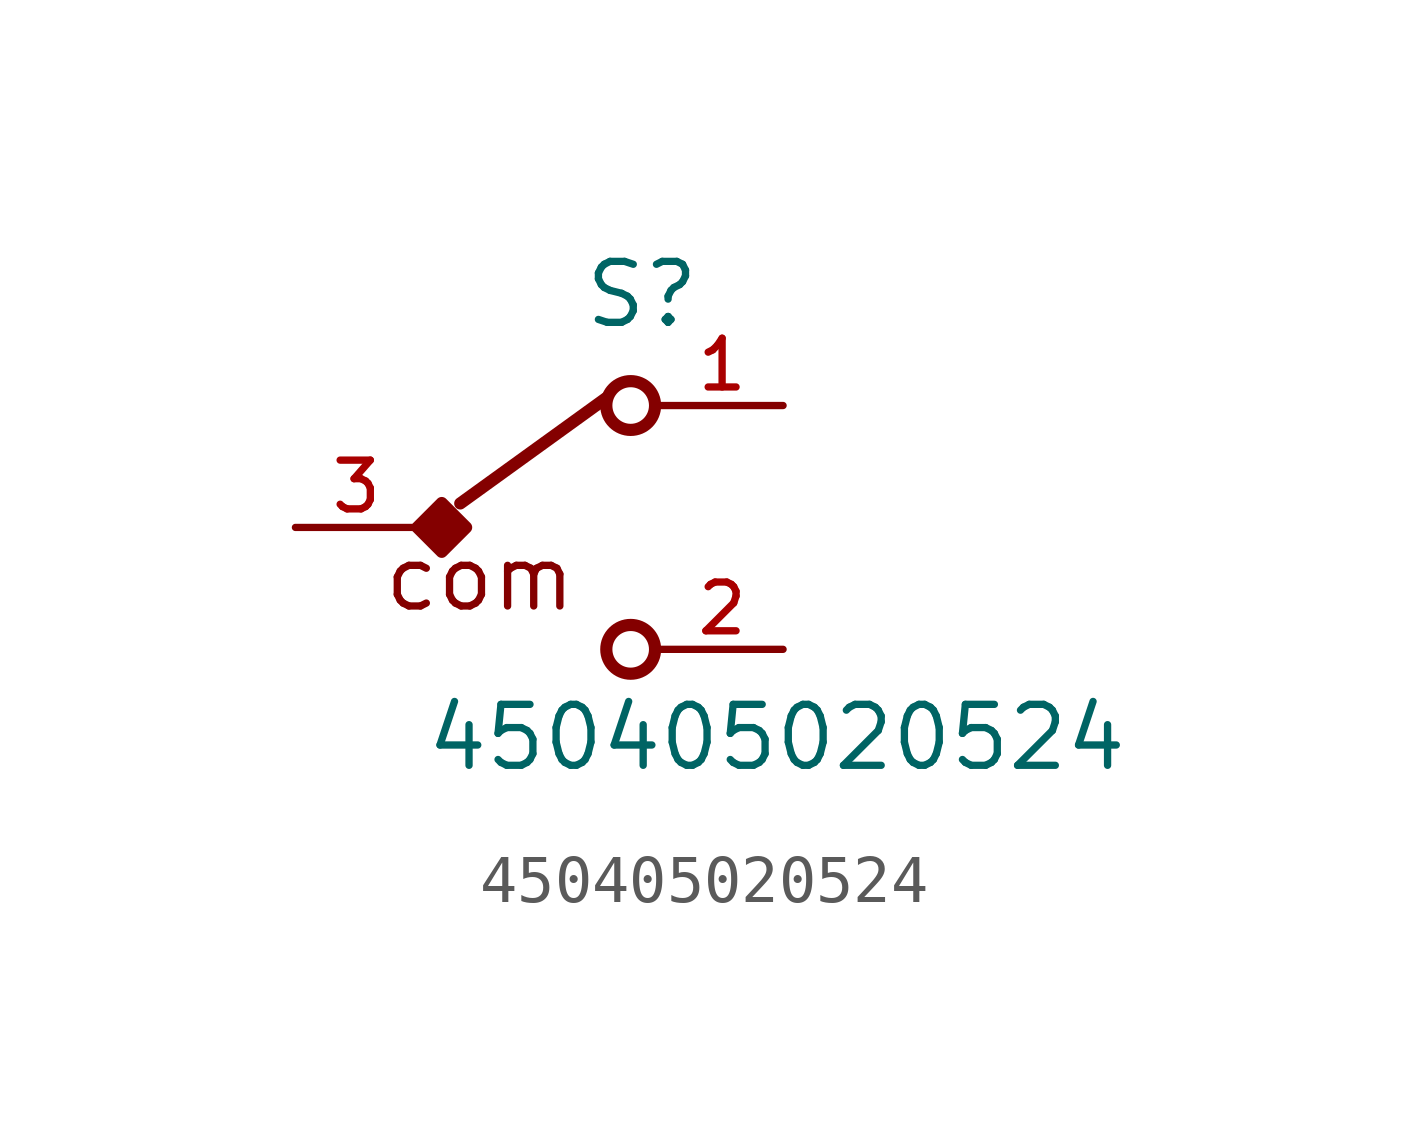
<source format=kicad_sym>
(kicad_symbol_lib
  (version 20211014)
  (generator kicad_symbol_editor)
  (symbol "450405020524"
    (pin_names
      (offset 1.016))
    (property "Reference" "S"
      (at 2.14 4.11 0)
      (effects (font (size 1.27 1.27)) (justify bottom)))
    (property "Value" "450405020524"
      (at -2.41 -5.12 0)
      (effects (font (size 1.27 1.27)) (justify bottom left)))
    (symbol "450405020524_0_0"
      (text "com" (at -3.3 -1.8 0) (effects (font (size 1.27 1.27)) (justify bottom left)))
      (circle (center 1.905 -2.54) (radius 0.508) (stroke (width 0.254)) (fill (type none)))
      (circle (center 1.905 2.54) (radius 0.508) (stroke (width 0.254)) (fill (type none)))
      (polyline (pts (xy -1.646 0.5) (xy 1.4 2.7)) (stroke (width 0.254)))
      (polyline (pts (xy -2.032 -0.508) (xy -2.54 0.0) (xy -2.032 0.508) (xy -1.524 0.0) (xy -2.032 -0.508)) (stroke (width 0.254)) (fill (type outline)))
      (pin passive line (at 5.08 2.54 180.0) (length 2.54) (name "~" (effects (font (size 1.016 1.016)))) (number "1" (effects (font (size 1.016 1.016)))))
      (pin passive line (at -5.08 0.0 0) (length 2.54) (name "~" (effects (font (size 1.016 1.016)))) (number "3" (effects (font (size 1.016 1.016)))))
      (pin passive line (at 5.08 -2.54 180.0) (length 2.54) (name "~" (effects (font (size 1.016 1.016)))) (number "2" (effects (font (size 1.016 1.016))))))))
</source>
